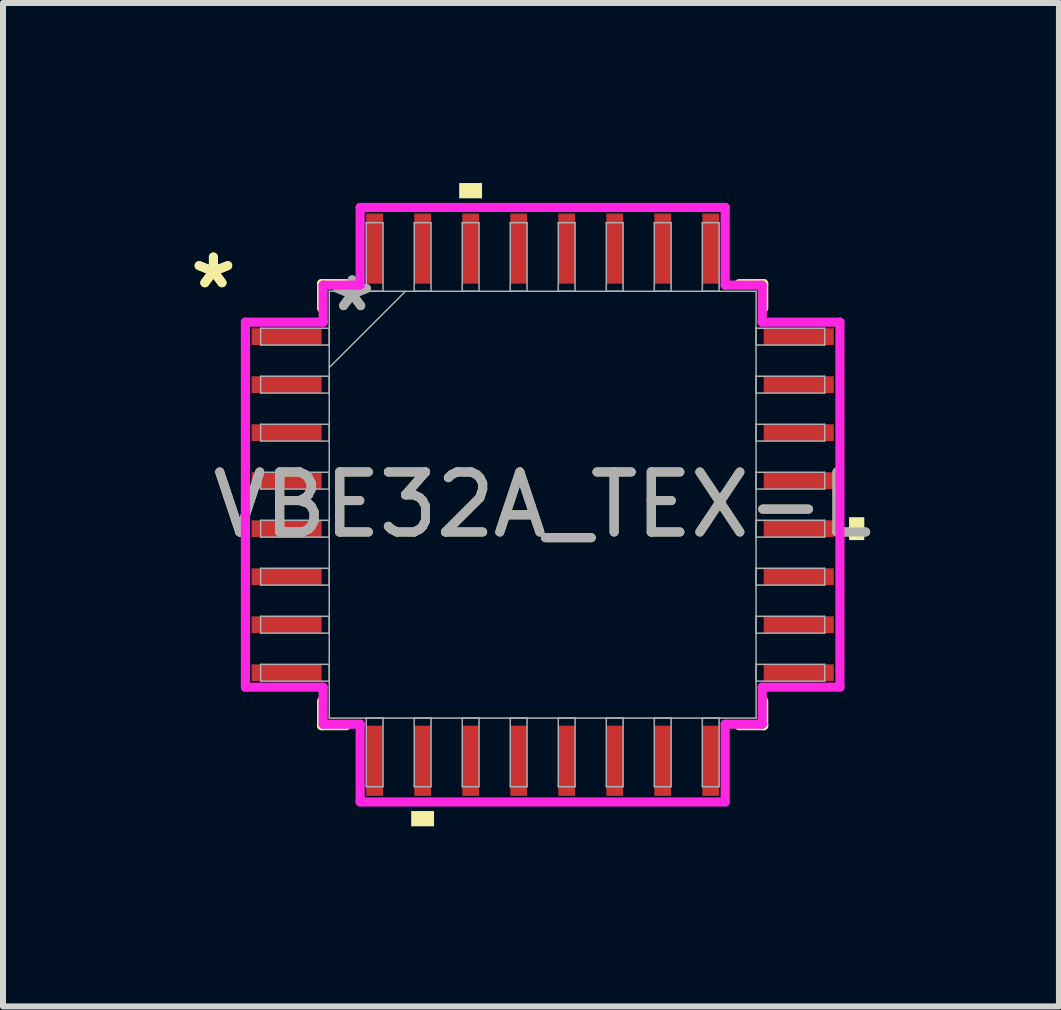
<source format=kicad_pcb>
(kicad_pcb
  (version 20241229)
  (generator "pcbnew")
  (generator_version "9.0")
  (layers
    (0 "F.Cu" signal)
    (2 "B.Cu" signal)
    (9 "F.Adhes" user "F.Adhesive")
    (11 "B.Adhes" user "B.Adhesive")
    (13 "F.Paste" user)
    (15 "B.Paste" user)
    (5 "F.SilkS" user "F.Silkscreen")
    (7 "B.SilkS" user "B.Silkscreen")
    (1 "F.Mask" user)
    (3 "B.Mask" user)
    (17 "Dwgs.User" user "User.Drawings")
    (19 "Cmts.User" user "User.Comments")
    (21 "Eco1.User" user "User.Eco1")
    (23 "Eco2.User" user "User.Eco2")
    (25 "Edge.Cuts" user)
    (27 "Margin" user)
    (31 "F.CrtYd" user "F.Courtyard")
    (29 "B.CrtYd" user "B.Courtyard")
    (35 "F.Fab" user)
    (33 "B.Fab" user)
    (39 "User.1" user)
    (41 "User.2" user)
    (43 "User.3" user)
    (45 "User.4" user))
  (footprint "VBE32A_TEX-L"
    (layer "F.Cu")
    (at 5.992 5.359)
    (property "Reference" "VBE32A_TEX-L" (at 0 0 0) (unlocked yes) (layer "F.SilkS") (effects (font (size 1 1) (thickness 0.15))))
    (attr smd)
    (fp_line (start -3.683 -3.683) (end -3.683 -3.272) (stroke (width 0.152) (type solid)) (layer "F.SilkS"))
    (fp_line (start -3.683 3.272) (end -3.683 3.683) (stroke (width 0.152) (type solid)) (layer "F.SilkS"))
    (fp_line (start -3.683 3.683) (end -3.272 3.683) (stroke (width 0.152) (type solid)) (layer "F.SilkS"))
    (fp_line (start -3.272 -3.683) (end -3.683 -3.683) (stroke (width 0.152) (type solid)) (layer "F.SilkS"))
    (fp_line (start 3.272 3.683) (end 3.683 3.683) (stroke (width 0.152) (type solid)) (layer "F.SilkS"))
    (fp_line (start 3.683 -3.683) (end 3.272 -3.683) (stroke (width 0.152) (type solid)) (layer "F.SilkS"))
    (fp_line (start 3.683 -3.272) (end 3.683 -3.683) (stroke (width 0.152) (type solid)) (layer "F.SilkS"))
    (fp_line (start 3.683 3.683) (end 3.683 3.272) (stroke (width 0.152) (type solid)) (layer "F.SilkS"))
    (fp_poly (pts (xy -2.191 5.105) (xy -2.191 5.359) (xy -1.81 5.359) (xy -1.81 5.105)) (stroke (width 0) (type solid)) (fill yes) (layer "F.SilkS"))
    (fp_poly (pts (xy -1.391 -5.105) (xy -1.391 -5.359) (xy -1.01 -5.359) (xy -1.01 -5.105)) (stroke (width 0) (type solid)) (fill yes) (layer "F.SilkS"))
    (fp_poly (pts (xy 5.359 0.209) (xy 5.359 0.59) (xy 5.105 0.59) (xy 5.105 0.209)) (stroke (width 0) (type solid)) (fill yes) (layer "F.SilkS"))
    (fp_line (start -4.953 -3.041) (end -3.658 -3.041) (stroke (width 0.152) (type solid)) (layer "F.CrtYd"))
    (fp_line (start -4.953 3.041) (end -4.953 -3.041) (stroke (width 0.152) (type solid)) (layer "F.CrtYd"))
    (fp_line (start -3.658 -3.658) (end -3.041 -3.658) (stroke (width 0.152) (type solid)) (layer "F.CrtYd"))
    (fp_line (start -3.658 -3.041) (end -3.658 -3.658) (stroke (width 0.152) (type solid)) (layer "F.CrtYd"))
    (fp_line (start -3.658 3.041) (end -4.953 3.041) (stroke (width 0.152) (type solid)) (layer "F.CrtYd"))
    (fp_line (start -3.658 3.658) (end -3.658 3.041) (stroke (width 0.152) (type solid)) (layer "F.CrtYd"))
    (fp_line (start -3.658 3.658) (end -3.041 3.658) (stroke (width 0.152) (type solid)) (layer "F.CrtYd"))
    (fp_line (start -3.041 -4.953) (end 3.041 -4.953) (stroke (width 0.152) (type solid)) (layer "F.CrtYd"))
    (fp_line (start -3.041 -3.658) (end -3.041 -4.953) (stroke (width 0.152) (type solid)) (layer "F.CrtYd"))
    (fp_line (start -3.041 3.658) (end -3.041 4.953) (stroke (width 0.152) (type solid)) (layer "F.CrtYd"))
    (fp_line (start -3.041 4.953) (end 3.041 4.953) (stroke (width 0.152) (type solid)) (layer "F.CrtYd"))
    (fp_line (start 3.041 -4.953) (end 3.041 -3.658) (stroke (width 0.152) (type solid)) (layer "F.CrtYd"))
    (fp_line (start 3.041 -3.658) (end 3.658 -3.658) (stroke (width 0.152) (type solid)) (layer "F.CrtYd"))
    (fp_line (start 3.041 3.658) (end 3.658 3.658) (stroke (width 0.152) (type solid)) (layer "F.CrtYd"))
    (fp_line (start 3.041 4.953) (end 3.041 3.658) (stroke (width 0.152) (type solid)) (layer "F.CrtYd"))
    (fp_line (start 3.658 -3.041) (end 3.658 -3.658) (stroke (width 0.152) (type solid)) (layer "F.CrtYd"))
    (fp_line (start 3.658 3.041) (end 4.953 3.041) (stroke (width 0.152) (type solid)) (layer "F.CrtYd"))
    (fp_line (start 3.658 3.658) (end 3.658 3.041) (stroke (width 0.152) (type solid)) (layer "F.CrtYd"))
    (fp_line (start 4.953 -3.041) (end 3.658 -3.041) (stroke (width 0.152) (type solid)) (layer "F.CrtYd"))
    (fp_line (start 4.953 3.041) (end 4.953 -3.041) (stroke (width 0.152) (type solid)) (layer "F.CrtYd"))
    (fp_line (start -4.699 -2.94) (end -4.699 -2.66) (stroke (width 0.025) (type solid)) (layer "F.Fab"))
    (fp_line (start -4.699 -2.66) (end -3.556 -2.66) (stroke (width 0.025) (type solid)) (layer "F.Fab"))
    (fp_line (start -4.699 -2.14) (end -4.699 -1.86) (stroke (width 0.025) (type solid)) (layer "F.Fab"))
    (fp_line (start -4.699 -1.86) (end -3.556 -1.86) (stroke (width 0.025) (type solid)) (layer "F.Fab"))
    (fp_line (start -4.699 -1.34) (end -4.699 -1.06) (stroke (width 0.025) (type solid)) (layer "F.Fab"))
    (fp_line (start -4.699 -1.06) (end -3.556 -1.06) (stroke (width 0.025) (type solid)) (layer "F.Fab"))
    (fp_line (start -4.699 -0.54) (end -4.699 -0.26) (stroke (width 0.025) (type solid)) (layer "F.Fab"))
    (fp_line (start -4.699 -0.26) (end -3.556 -0.26) (stroke (width 0.025) (type solid)) (layer "F.Fab"))
    (fp_line (start -4.699 0.26) (end -4.699 0.54) (stroke (width 0.025) (type solid)) (layer "F.Fab"))
    (fp_line (start -4.699 0.54) (end -3.556 0.54) (stroke (width 0.025) (type solid)) (layer "F.Fab"))
    (fp_line (start -4.699 1.06) (end -4.699 1.34) (stroke (width 0.025) (type solid)) (layer "F.Fab"))
    (fp_line (start -4.699 1.34) (end -3.556 1.34) (stroke (width 0.025) (type solid)) (layer "F.Fab"))
    (fp_line (start -4.699 1.86) (end -4.699 2.14) (stroke (width 0.025) (type solid)) (layer "F.Fab"))
    (fp_line (start -4.699 2.14) (end -3.556 2.14) (stroke (width 0.025) (type solid)) (layer "F.Fab"))
    (fp_line (start -4.699 2.66) (end -4.699 2.94) (stroke (width 0.025) (type solid)) (layer "F.Fab"))
    (fp_line (start -4.699 2.94) (end -3.556 2.94) (stroke (width 0.025) (type solid)) (layer "F.Fab"))
    (fp_line (start -3.556 -3.556) (end -3.556 3.556) (stroke (width 0.025) (type solid)) (layer "F.Fab"))
    (fp_line (start -3.556 -2.94) (end -4.699 -2.94) (stroke (width 0.025) (type solid)) (layer "F.Fab"))
    (fp_line (start -3.556 -2.66) (end -3.556 -2.94) (stroke (width 0.025) (type solid)) (layer "F.Fab"))
    (fp_line (start -3.556 -2.286) (end -2.286 -3.556) (stroke (width 0.025) (type solid)) (layer "F.Fab"))
    (fp_line (start -3.556 -2.14) (end -4.699 -2.14) (stroke (width 0.025) (type solid)) (layer "F.Fab"))
    (fp_line (start -3.556 -1.86) (end -3.556 -2.14) (stroke (width 0.025) (type solid)) (layer "F.Fab"))
    (fp_line (start -3.556 -1.34) (end -4.699 -1.34) (stroke (width 0.025) (type solid)) (layer "F.Fab"))
    (fp_line (start -3.556 -1.06) (end -3.556 -1.34) (stroke (width 0.025) (type solid)) (layer "F.Fab"))
    (fp_line (start -3.556 -0.54) (end -4.699 -0.54) (stroke (width 0.025) (type solid)) (layer "F.Fab"))
    (fp_line (start -3.556 -0.26) (end -3.556 -0.54) (stroke (width 0.025) (type solid)) (layer "F.Fab"))
    (fp_line (start -3.556 0.26) (end -4.699 0.26) (stroke (width 0.025) (type solid)) (layer "F.Fab"))
    (fp_line (start -3.556 0.54) (end -3.556 0.26) (stroke (width 0.025) (type solid)) (layer "F.Fab"))
    (fp_line (start -3.556 1.06) (end -4.699 1.06) (stroke (width 0.025) (type solid)) (layer "F.Fab"))
    (fp_line (start -3.556 1.34) (end -3.556 1.06) (stroke (width 0.025) (type solid)) (layer "F.Fab"))
    (fp_line (start -3.556 1.86) (end -4.699 1.86) (stroke (width 0.025) (type solid)) (layer "F.Fab"))
    (fp_line (start -3.556 2.14) (end -3.556 1.86) (stroke (width 0.025) (type solid)) (layer "F.Fab"))
    (fp_line (start -3.556 2.66) (end -4.699 2.66) (stroke (width 0.025) (type solid)) (layer "F.Fab"))
    (fp_line (start -3.556 2.94) (end -3.556 2.66) (stroke (width 0.025) (type solid)) (layer "F.Fab"))
    (fp_line (start -3.556 3.556) (end 3.556 3.556) (stroke (width 0.025) (type solid)) (layer "F.Fab"))
    (fp_line (start -2.94 -4.699) (end -2.94 -3.556) (stroke (width 0.025) (type solid)) (layer "F.Fab"))
    (fp_line (start -2.94 -3.556) (end -2.66 -3.556) (stroke (width 0.025) (type solid)) (layer "F.Fab"))
    (fp_line (start -2.94 3.556) (end -2.94 4.699) (stroke (width 0.025) (type solid)) (layer "F.Fab"))
    (fp_line (start -2.94 4.699) (end -2.66 4.699) (stroke (width 0.025) (type solid)) (layer "F.Fab"))
    (fp_line (start -2.66 -4.699) (end -2.94 -4.699) (stroke (width 0.025) (type solid)) (layer "F.Fab"))
    (fp_line (start -2.66 -3.556) (end -2.66 -4.699) (stroke (width 0.025) (type solid)) (layer "F.Fab"))
    (fp_line (start -2.66 3.556) (end -2.94 3.556) (stroke (width 0.025) (type solid)) (layer "F.Fab"))
    (fp_line (start -2.66 4.699) (end -2.66 3.556) (stroke (width 0.025) (type solid)) (layer "F.Fab"))
    (fp_line (start -2.14 -4.699) (end -2.14 -3.556) (stroke (width 0.025) (type solid)) (layer "F.Fab"))
    (fp_line (start -2.14 -3.556) (end -1.86 -3.556) (stroke (width 0.025) (type solid)) (layer "F.Fab"))
    (fp_line (start -2.14 3.556) (end -2.14 4.699) (stroke (width 0.025) (type solid)) (layer "F.Fab"))
    (fp_line (start -2.14 4.699) (end -1.86 4.699) (stroke (width 0.025) (type solid)) (layer "F.Fab"))
    (fp_line (start -1.86 -4.699) (end -2.14 -4.699) (stroke (width 0.025) (type solid)) (layer "F.Fab"))
    (fp_line (start -1.86 -3.556) (end -1.86 -4.699) (stroke (width 0.025) (type solid)) (layer "F.Fab"))
    (fp_line (start -1.86 3.556) (end -2.14 3.556) (stroke (width 0.025) (type solid)) (layer "F.Fab"))
    (fp_line (start -1.86 4.699) (end -1.86 3.556) (stroke (width 0.025) (type solid)) (layer "F.Fab"))
    (fp_line (start -1.34 -4.699) (end -1.34 -3.556) (stroke (width 0.025) (type solid)) (layer "F.Fab"))
    (fp_line (start -1.34 -3.556) (end -1.06 -3.556) (stroke (width 0.025) (type solid)) (layer "F.Fab"))
    (fp_line (start -1.34 3.556) (end -1.34 4.699) (stroke (width 0.025) (type solid)) (layer "F.Fab"))
    (fp_line (start -1.34 4.699) (end -1.06 4.699) (stroke (width 0.025) (type solid)) (layer "F.Fab"))
    (fp_line (start -1.06 -4.699) (end -1.34 -4.699) (stroke (width 0.025) (type solid)) (layer "F.Fab"))
    (fp_line (start -1.06 -3.556) (end -1.06 -4.699) (stroke (width 0.025) (type solid)) (layer "F.Fab"))
    (fp_line (start -1.06 3.556) (end -1.34 3.556) (stroke (width 0.025) (type solid)) (layer "F.Fab"))
    (fp_line (start -1.06 4.699) (end -1.06 3.556) (stroke (width 0.025) (type solid)) (layer "F.Fab"))
    (fp_line (start -0.54 -4.699) (end -0.54 -3.556) (stroke (width 0.025) (type solid)) (layer "F.Fab"))
    (fp_line (start -0.54 -3.556) (end -0.26 -3.556) (stroke (width 0.025) (type solid)) (layer "F.Fab"))
    (fp_line (start -0.54 3.556) (end -0.54 4.699) (stroke (width 0.025) (type solid)) (layer "F.Fab"))
    (fp_line (start -0.54 4.699) (end -0.26 4.699) (stroke (width 0.025) (type solid)) (layer "F.Fab"))
    (fp_line (start -0.26 -4.699) (end -0.54 -4.699) (stroke (width 0.025) (type solid)) (layer "F.Fab"))
    (fp_line (start -0.26 -3.556) (end -0.26 -4.699) (stroke (width 0.025) (type solid)) (layer "F.Fab"))
    (fp_line (start -0.26 3.556) (end -0.54 3.556) (stroke (width 0.025) (type solid)) (layer "F.Fab"))
    (fp_line (start -0.26 4.699) (end -0.26 3.556) (stroke (width 0.025) (type solid)) (layer "F.Fab"))
    (fp_line (start 0.26 -4.699) (end 0.26 -3.556) (stroke (width 0.025) (type solid)) (layer "F.Fab"))
    (fp_line (start 0.26 -3.556) (end 0.54 -3.556) (stroke (width 0.025) (type solid)) (layer "F.Fab"))
    (fp_line (start 0.26 3.556) (end 0.26 4.699) (stroke (width 0.025) (type solid)) (layer "F.Fab"))
    (fp_line (start 0.26 4.699) (end 0.54 4.699) (stroke (width 0.025) (type solid)) (layer "F.Fab"))
    (fp_line (start 0.54 -4.699) (end 0.26 -4.699) (stroke (width 0.025) (type solid)) (layer "F.Fab"))
    (fp_line (start 0.54 -3.556) (end 0.54 -4.699) (stroke (width 0.025) (type solid)) (layer "F.Fab"))
    (fp_line (start 0.54 3.556) (end 0.26 3.556) (stroke (width 0.025) (type solid)) (layer "F.Fab"))
    (fp_line (start 0.54 4.699) (end 0.54 3.556) (stroke (width 0.025) (type solid)) (layer "F.Fab"))
    (fp_line (start 1.06 -4.699) (end 1.06 -3.556) (stroke (width 0.025) (type solid)) (layer "F.Fab"))
    (fp_line (start 1.06 -3.556) (end 1.34 -3.556) (stroke (width 0.025) (type solid)) (layer "F.Fab"))
    (fp_line (start 1.06 3.556) (end 1.06 4.699) (stroke (width 0.025) (type solid)) (layer "F.Fab"))
    (fp_line (start 1.06 4.699) (end 1.34 4.699) (stroke (width 0.025) (type solid)) (layer "F.Fab"))
    (fp_line (start 1.34 -4.699) (end 1.06 -4.699) (stroke (width 0.025) (type solid)) (layer "F.Fab"))
    (fp_line (start 1.34 -3.556) (end 1.34 -4.699) (stroke (width 0.025) (type solid)) (layer "F.Fab"))
    (fp_line (start 1.34 3.556) (end 1.06 3.556) (stroke (width 0.025) (type solid)) (layer "F.Fab"))
    (fp_line (start 1.34 4.699) (end 1.34 3.556) (stroke (width 0.025) (type solid)) (layer "F.Fab"))
    (fp_line (start 1.86 -4.699) (end 1.86 -3.556) (stroke (width 0.025) (type solid)) (layer "F.Fab"))
    (fp_line (start 1.86 -3.556) (end 2.14 -3.556) (stroke (width 0.025) (type solid)) (layer "F.Fab"))
    (fp_line (start 1.86 3.556) (end 1.86 4.699) (stroke (width 0.025) (type solid)) (layer "F.Fab"))
    (fp_line (start 1.86 4.699) (end 2.14 4.699) (stroke (width 0.025) (type solid)) (layer "F.Fab"))
    (fp_line (start 2.14 -4.699) (end 1.86 -4.699) (stroke (width 0.025) (type solid)) (layer "F.Fab"))
    (fp_line (start 2.14 -3.556) (end 2.14 -4.699) (stroke (width 0.025) (type solid)) (layer "F.Fab"))
    (fp_line (start 2.14 3.556) (end 1.86 3.556) (stroke (width 0.025) (type solid)) (layer "F.Fab"))
    (fp_line (start 2.14 4.699) (end 2.14 3.556) (stroke (width 0.025) (type solid)) (layer "F.Fab"))
    (fp_line (start 2.66 -4.699) (end 2.66 -3.556) (stroke (width 0.025) (type solid)) (layer "F.Fab"))
    (fp_line (start 2.66 -3.556) (end 2.94 -3.556) (stroke (width 0.025) (type solid)) (layer "F.Fab"))
    (fp_line (start 2.66 3.556) (end 2.66 4.699) (stroke (width 0.025) (type solid)) (layer "F.Fab"))
    (fp_line (start 2.66 4.699) (end 2.94 4.699) (stroke (width 0.025) (type solid)) (layer "F.Fab"))
    (fp_line (start 2.94 -4.699) (end 2.66 -4.699) (stroke (width 0.025) (type solid)) (layer "F.Fab"))
    (fp_line (start 2.94 -3.556) (end 2.94 -4.699) (stroke (width 0.025) (type solid)) (layer "F.Fab"))
    (fp_line (start 2.94 3.556) (end 2.66 3.556) (stroke (width 0.025) (type solid)) (layer "F.Fab"))
    (fp_line (start 2.94 4.699) (end 2.94 3.556) (stroke (width 0.025) (type solid)) (layer "F.Fab"))
    (fp_line (start 3.556 -3.556) (end -3.556 -3.556) (stroke (width 0.025) (type solid)) (layer "F.Fab"))
    (fp_line (start 3.556 -2.94) (end 3.556 -2.66) (stroke (width 0.025) (type solid)) (layer "F.Fab"))
    (fp_line (start 3.556 -2.66) (end 4.699 -2.66) (stroke (width 0.025) (type solid)) (layer "F.Fab"))
    (fp_line (start 3.556 -2.14) (end 3.556 -1.86) (stroke (width 0.025) (type solid)) (layer "F.Fab"))
    (fp_line (start 3.556 -1.86) (end 4.699 -1.86) (stroke (width 0.025) (type solid)) (layer "F.Fab"))
    (fp_line (start 3.556 -1.34) (end 3.556 -1.06) (stroke (width 0.025) (type solid)) (layer "F.Fab"))
    (fp_line (start 3.556 -1.06) (end 4.699 -1.06) (stroke (width 0.025) (type solid)) (layer "F.Fab"))
    (fp_line (start 3.556 -0.54) (end 3.556 -0.26) (stroke (width 0.025) (type solid)) (layer "F.Fab"))
    (fp_line (start 3.556 -0.26) (end 4.699 -0.26) (stroke (width 0.025) (type solid)) (layer "F.Fab"))
    (fp_line (start 3.556 0.26) (end 3.556 0.54) (stroke (width 0.025) (type solid)) (layer "F.Fab"))
    (fp_line (start 3.556 0.54) (end 4.699 0.54) (stroke (width 0.025) (type solid)) (layer "F.Fab"))
    (fp_line (start 3.556 1.06) (end 3.556 1.34) (stroke (width 0.025) (type solid)) (layer "F.Fab"))
    (fp_line (start 3.556 1.34) (end 4.699 1.34) (stroke (width 0.025) (type solid)) (layer "F.Fab"))
    (fp_line (start 3.556 1.86) (end 3.556 2.14) (stroke (width 0.025) (type solid)) (layer "F.Fab"))
    (fp_line (start 3.556 2.14) (end 4.699 2.14) (stroke (width 0.025) (type solid)) (layer "F.Fab"))
    (fp_line (start 3.556 2.66) (end 3.556 2.94) (stroke (width 0.025) (type solid)) (layer "F.Fab"))
    (fp_line (start 3.556 2.94) (end 4.699 2.94) (stroke (width 0.025) (type solid)) (layer "F.Fab"))
    (fp_line (start 3.556 3.556) (end 3.556 -3.556) (stroke (width 0.025) (type solid)) (layer "F.Fab"))
    (fp_line (start 4.699 -2.94) (end 3.556 -2.94) (stroke (width 0.025) (type solid)) (layer "F.Fab"))
    (fp_line (start 4.699 -2.66) (end 4.699 -2.94) (stroke (width 0.025) (type solid)) (layer "F.Fab"))
    (fp_line (start 4.699 -2.14) (end 3.556 -2.14) (stroke (width 0.025) (type solid)) (layer "F.Fab"))
    (fp_line (start 4.699 -1.86) (end 4.699 -2.14) (stroke (width 0.025) (type solid)) (layer "F.Fab"))
    (fp_line (start 4.699 -1.34) (end 3.556 -1.34) (stroke (width 0.025) (type solid)) (layer "F.Fab"))
    (fp_line (start 4.699 -1.06) (end 4.699 -1.34) (stroke (width 0.025) (type solid)) (layer "F.Fab"))
    (fp_line (start 4.699 -0.54) (end 3.556 -0.54) (stroke (width 0.025) (type solid)) (layer "F.Fab"))
    (fp_line (start 4.699 -0.26) (end 4.699 -0.54) (stroke (width 0.025) (type solid)) (layer "F.Fab"))
    (fp_line (start 4.699 0.26) (end 3.556 0.26) (stroke (width 0.025) (type solid)) (layer "F.Fab"))
    (fp_line (start 4.699 0.54) (end 4.699 0.26) (stroke (width 0.025) (type solid)) (layer "F.Fab"))
    (fp_line (start 4.699 1.06) (end 3.556 1.06) (stroke (width 0.025) (type solid)) (layer "F.Fab"))
    (fp_line (start 4.699 1.34) (end 4.699 1.06) (stroke (width 0.025) (type solid)) (layer "F.Fab"))
    (fp_line (start 4.699 1.86) (end 3.556 1.86) (stroke (width 0.025) (type solid)) (layer "F.Fab"))
    (fp_line (start 4.699 2.14) (end 4.699 1.86) (stroke (width 0.025) (type solid)) (layer "F.Fab"))
    (fp_line (start 4.699 2.66) (end 3.556 2.66) (stroke (width 0.025) (type solid)) (layer "F.Fab"))
    (fp_line (start 4.699 2.94) (end 4.699 2.66) (stroke (width 0.025) (type solid)) (layer "F.Fab"))
    (fp_text user "*" (at -5.486 -3.581 0) (unlocked yes) (layer "F.SilkS") (effects (font (size 1 1) (thickness 0.15))))
    (fp_text user "*" (at -5.486 -3.581 0) (layer "F.SilkS") (effects (font (size 1 1) (thickness 0.15))))
    (fp_text user "*" (at -3.175 -3.2 0) (unlocked yes) (layer "F.Fab") (effects (font (size 1 1) (thickness 0.15))))
    (fp_text user "${REFERENCE}" (at 0 0 0) (unlocked yes) (layer "F.Fab") (effects (font (size 1 1) (thickness 0.15))))
    (fp_text user "*" (at -3.175 -3.2 0) (layer "F.Fab") (effects (font (size 1 1) (thickness 0.15))))
    (pad "1" smd rect (at -4.267 -2.8 90) (size 0.279 1.168) (layers "F.Cu" "F.Mask" "F.Paste"))
    (pad "2" smd rect (at -4.267 -2 90) (size 0.279 1.168) (layers "F.Cu" "F.Mask" "F.Paste"))
    (pad "3" smd rect (at -4.267 -1.2 90) (size 0.279 1.168) (layers "F.Cu" "F.Mask" "F.Paste"))
    (pad "4" smd rect (at -4.267 -0.4 90) (size 0.279 1.168) (layers "F.Cu" "F.Mask" "F.Paste"))
    (pad "5" smd rect (at -4.267 0.4 90) (size 0.279 1.168) (layers "F.Cu" "F.Mask" "F.Paste"))
    (pad "6" smd rect (at -4.267 1.2 90) (size 0.279 1.168) (layers "F.Cu" "F.Mask" "F.Paste"))
    (pad "7" smd rect (at -4.267 2 90) (size 0.279 1.168) (layers "F.Cu" "F.Mask" "F.Paste"))
    (pad "8" smd rect (at -4.267 2.8 90) (size 0.279 1.168) (layers "F.Cu" "F.Mask" "F.Paste"))
    (pad "9" smd rect (at -2.8 4.267) (size 0.279 1.168) (layers "F.Cu" "F.Mask" "F.Paste"))
    (pad "10" smd rect (at -2 4.267) (size 0.279 1.168) (layers "F.Cu" "F.Mask" "F.Paste"))
    (pad "11" smd rect (at -1.2 4.267) (size 0.279 1.168) (layers "F.Cu" "F.Mask" "F.Paste"))
    (pad "12" smd rect (at -0.4 4.267) (size 0.279 1.168) (layers "F.Cu" "F.Mask" "F.Paste"))
    (pad "13" smd rect (at 0.4 4.267) (size 0.279 1.168) (layers "F.Cu" "F.Mask" "F.Paste"))
    (pad "14" smd rect (at 1.2 4.267) (size 0.279 1.168) (layers "F.Cu" "F.Mask" "F.Paste"))
    (pad "15" smd rect (at 2 4.267) (size 0.279 1.168) (layers "F.Cu" "F.Mask" "F.Paste"))
    (pad "16" smd rect (at 2.8 4.267) (size 0.279 1.168) (layers "F.Cu" "F.Mask" "F.Paste"))
    (pad "17" smd rect (at 4.267 2.8 90) (size 0.279 1.168) (layers "F.Cu" "F.Mask" "F.Paste"))
    (pad "18" smd rect (at 4.267 2 90) (size 0.279 1.168) (layers "F.Cu" "F.Mask" "F.Paste"))
    (pad "19" smd rect (at 4.267 1.2 90) (size 0.279 1.168) (layers "F.Cu" "F.Mask" "F.Paste"))
    (pad "20" smd rect (at 4.267 0.4 90) (size 0.279 1.168) (layers "F.Cu" "F.Mask" "F.Paste"))
    (pad "21" smd rect (at 4.267 -0.4 90) (size 0.279 1.168) (layers "F.Cu" "F.Mask" "F.Paste"))
    (pad "22" smd rect (at 4.267 -1.2 90) (size 0.279 1.168) (layers "F.Cu" "F.Mask" "F.Paste"))
    (pad "23" smd rect (at 4.267 -2 90) (size 0.279 1.168) (layers "F.Cu" "F.Mask" "F.Paste"))
    (pad "24" smd rect (at 4.267 -2.8 90) (size 0.279 1.168) (layers "F.Cu" "F.Mask" "F.Paste"))
    (pad "25" smd rect (at 2.8 -4.267) (size 0.279 1.168) (layers "F.Cu" "F.Mask" "F.Paste"))
    (pad "26" smd rect (at 2 -4.267) (size 0.279 1.168) (layers "F.Cu" "F.Mask" "F.Paste"))
    (pad "27" smd rect (at 1.2 -4.267) (size 0.279 1.168) (layers "F.Cu" "F.Mask" "F.Paste"))
    (pad "28" smd rect (at 0.4 -4.267) (size 0.279 1.168) (layers "F.Cu" "F.Mask" "F.Paste"))
    (pad "29" smd rect (at -0.4 -4.267) (size 0.279 1.168) (layers "F.Cu" "F.Mask" "F.Paste"))
    (pad "30" smd rect (at -1.2 -4.267) (size 0.279 1.168) (layers "F.Cu" "F.Mask" "F.Paste"))
    (pad "31" smd rect (at -2 -4.267) (size 0.279 1.168) (layers "F.Cu" "F.Mask" "F.Paste"))
    (pad "32" smd rect (at -2.8 -4.267) (size 0.279 1.168) (layers "F.Cu" "F.Mask" "F.Paste")))
  (gr_rect
    (start -3 -3)
    (end 14.594 13.719)
    (stroke (width 0.1) (type default))
    (fill no)
    (layer "Edge.Cuts")))
</source>
